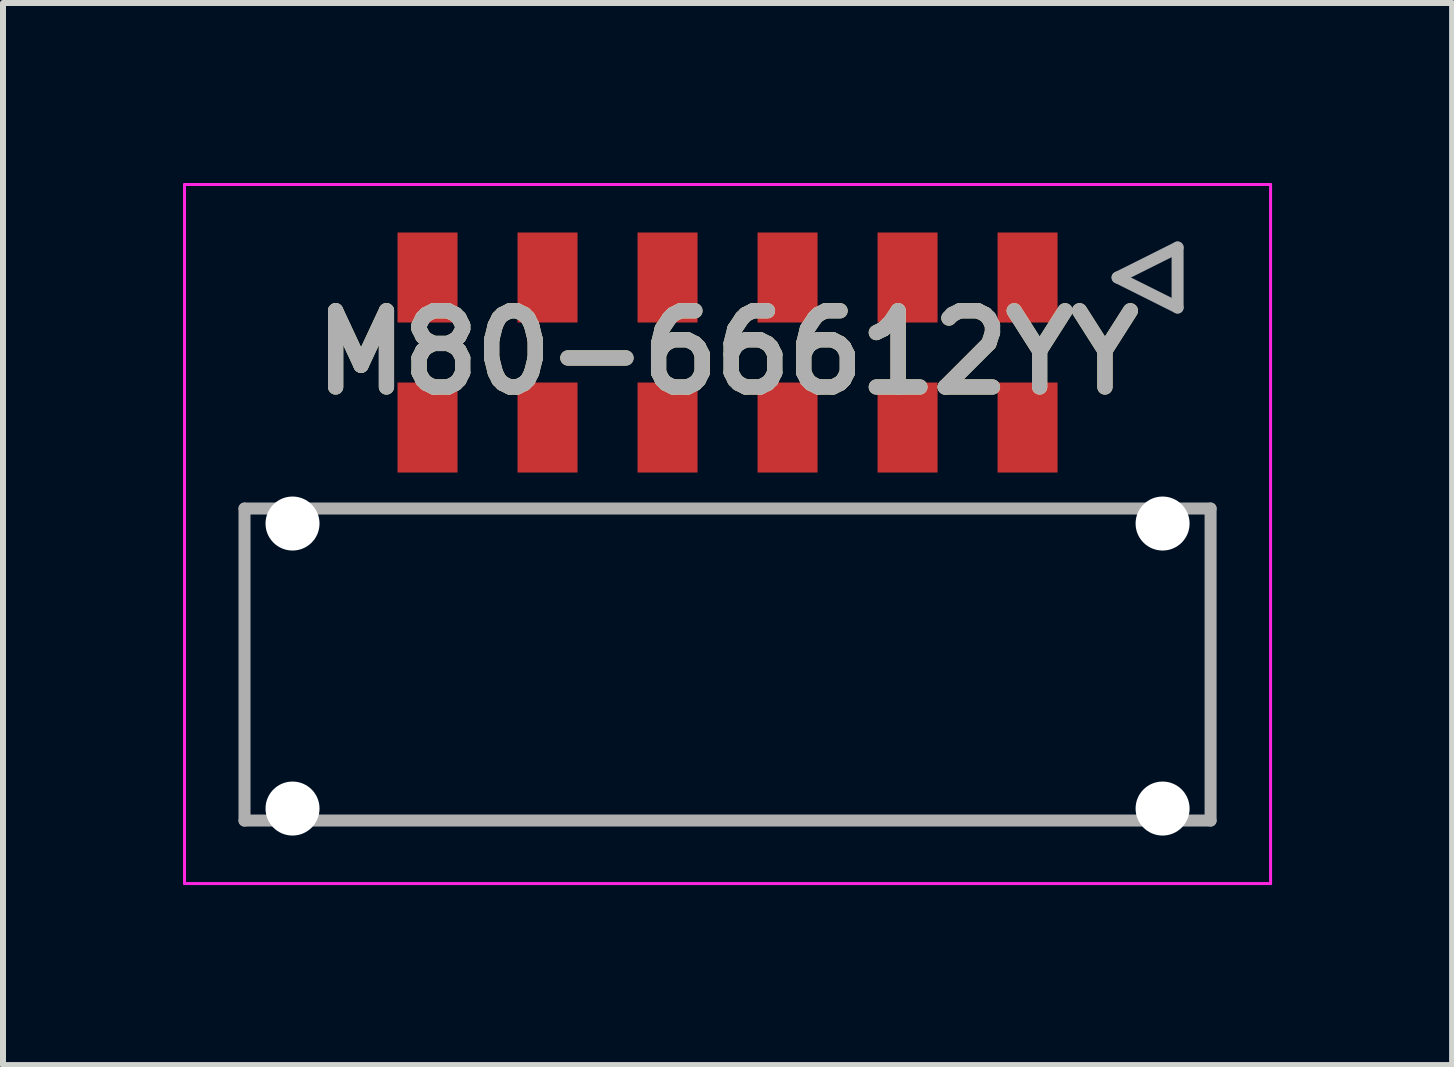
<source format=kicad_pcb>
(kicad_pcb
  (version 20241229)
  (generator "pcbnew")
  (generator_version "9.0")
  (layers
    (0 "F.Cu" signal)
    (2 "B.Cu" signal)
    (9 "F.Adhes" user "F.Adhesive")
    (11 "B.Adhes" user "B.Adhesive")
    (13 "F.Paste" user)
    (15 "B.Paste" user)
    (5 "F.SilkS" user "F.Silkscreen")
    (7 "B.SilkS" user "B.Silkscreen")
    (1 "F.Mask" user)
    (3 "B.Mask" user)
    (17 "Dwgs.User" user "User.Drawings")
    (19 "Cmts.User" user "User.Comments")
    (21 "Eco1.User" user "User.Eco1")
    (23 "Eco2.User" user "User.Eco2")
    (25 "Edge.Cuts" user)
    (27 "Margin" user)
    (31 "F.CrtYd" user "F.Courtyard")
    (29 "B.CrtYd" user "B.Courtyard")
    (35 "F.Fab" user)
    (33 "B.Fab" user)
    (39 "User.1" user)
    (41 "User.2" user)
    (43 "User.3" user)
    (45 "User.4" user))
  (footprint "M80-66612YY"
    (layer "F.Cu")
    (at 9.075 2.825)
    (property "Reference" "M80-66612YY" (at 0 0 0) (layer "F.SilkS") (effects (font (size 1.27 1.27) (thickness 0.254))))
    (attr through_hole)
    (fp_line (start -8.05 7.8) (end -8.05 2.6) (stroke (width 0.1) (type solid)) (layer "F.SilkS"))
    (fp_line (start 6.5 -1.25) (end 7.5 -1.75) (stroke (width 0.1) (type solid)) (layer "F.SilkS"))
    (fp_line (start 7.5 -1.75) (end 7.5 -0.75) (stroke (width 0.1) (type solid)) (layer "F.SilkS"))
    (fp_line (start 7.5 -0.75) (end 6.5 -1.25) (stroke (width 0.1) (type solid)) (layer "F.SilkS"))
    (fp_line (start 8.05 2.6) (end 8.05 7.8) (stroke (width 0.1) (type solid)) (layer "F.SilkS"))
    (fp_line (start -9.05 -2.8) (end 9.05 -2.8) (stroke (width 0.05) (type solid)) (layer "F.CrtYd"))
    (fp_line (start -9.05 8.85) (end -9.05 -2.8) (stroke (width 0.05) (type solid)) (layer "F.CrtYd"))
    (fp_line (start 9.05 -2.8) (end 9.05 8.85) (stroke (width 0.05) (type solid)) (layer "F.CrtYd"))
    (fp_line (start 9.05 8.85) (end -9.05 8.85) (stroke (width 0.05) (type solid)) (layer "F.CrtYd"))
    (fp_line (start -8.05 2.6) (end 8.05 2.6) (stroke (width 0.2) (type solid)) (layer "F.Fab"))
    (fp_line (start -8.05 7.8) (end -8.05 2.6) (stroke (width 0.2) (type solid)) (layer "F.Fab"))
    (fp_line (start 6.5 -1.25) (end 7.5 -1.75) (stroke (width 0.2) (type solid)) (layer "F.Fab"))
    (fp_line (start 7.5 -1.75) (end 7.5 -0.75) (stroke (width 0.2) (type solid)) (layer "F.Fab"))
    (fp_line (start 7.5 -0.75) (end 6.5 -1.25) (stroke (width 0.2) (type solid)) (layer "F.Fab"))
    (fp_line (start 8.05 2.6) (end 8.05 7.8) (stroke (width 0.2) (type solid)) (layer "F.Fab"))
    (fp_line (start 8.05 7.8) (end -8.05 7.8) (stroke (width 0.2) (type solid)) (layer "F.Fab"))
    (fp_text user "${REFERENCE}" (at 0 0 0) (layer "F.Fab") (effects (font (size 1.27 1.27) (thickness 0.254))))
    (pad "" np_thru_hole circle (at -7.25 2.85) (size 0.9 0.9) (drill 0.9) (layers "*.Cu" "*.Mask"))
    (pad "" np_thru_hole circle (at -7.25 7.6) (size 0.9 0.9) (drill 0.9) (layers "*.Cu" "*.Mask"))
    (pad "" np_thru_hole circle (at 7.25 2.85) (size 0.9 0.9) (drill 0.9) (layers "*.Cu" "*.Mask"))
    (pad "" np_thru_hole circle (at 7.25 7.6) (size 0.9 0.9) (drill 0.9) (layers "*.Cu" "*.Mask"))
    (pad "1" smd rect (at 5 -1.25) (size 1 1.5) (layers "F.Cu" "F.Mask" "F.Paste"))
    (pad "2" smd rect (at 3 -1.25) (size 1 1.5) (layers "F.Cu" "F.Mask" "F.Paste"))
    (pad "3" smd rect (at 1 -1.25) (size 1 1.5) (layers "F.Cu" "F.Mask" "F.Paste"))
    (pad "4" smd rect (at -1 -1.25) (size 1 1.5) (layers "F.Cu" "F.Mask" "F.Paste"))
    (pad "5" smd rect (at -3 -1.25) (size 1 1.5) (layers "F.Cu" "F.Mask" "F.Paste"))
    (pad "6" smd rect (at -5 -1.25) (size 1 1.5) (layers "F.Cu" "F.Mask" "F.Paste"))
    (pad "7" smd rect (at 5 1.25) (size 1 1.5) (layers "F.Cu" "F.Mask" "F.Paste"))
    (pad "8" smd rect (at 3 1.25) (size 1 1.5) (layers "F.Cu" "F.Mask" "F.Paste"))
    (pad "9" smd rect (at 1 1.25) (size 1 1.5) (layers "F.Cu" "F.Mask" "F.Paste"))
    (pad "10" smd rect (at -1 1.25) (size 1 1.5) (layers "F.Cu" "F.Mask" "F.Paste"))
    (pad "11" smd rect (at -3 1.25) (size 1 1.5) (layers "F.Cu" "F.Mask" "F.Paste"))
    (pad "12" smd rect (at -5 1.25) (size 1 1.5) (layers "F.Cu" "F.Mask" "F.Paste")))
  (gr_rect
    (start -3 -3)
    (end 21.15 14.7)
    (stroke (width 0.1) (type default))
    (fill no)
    (layer "Edge.Cuts")))
</source>
